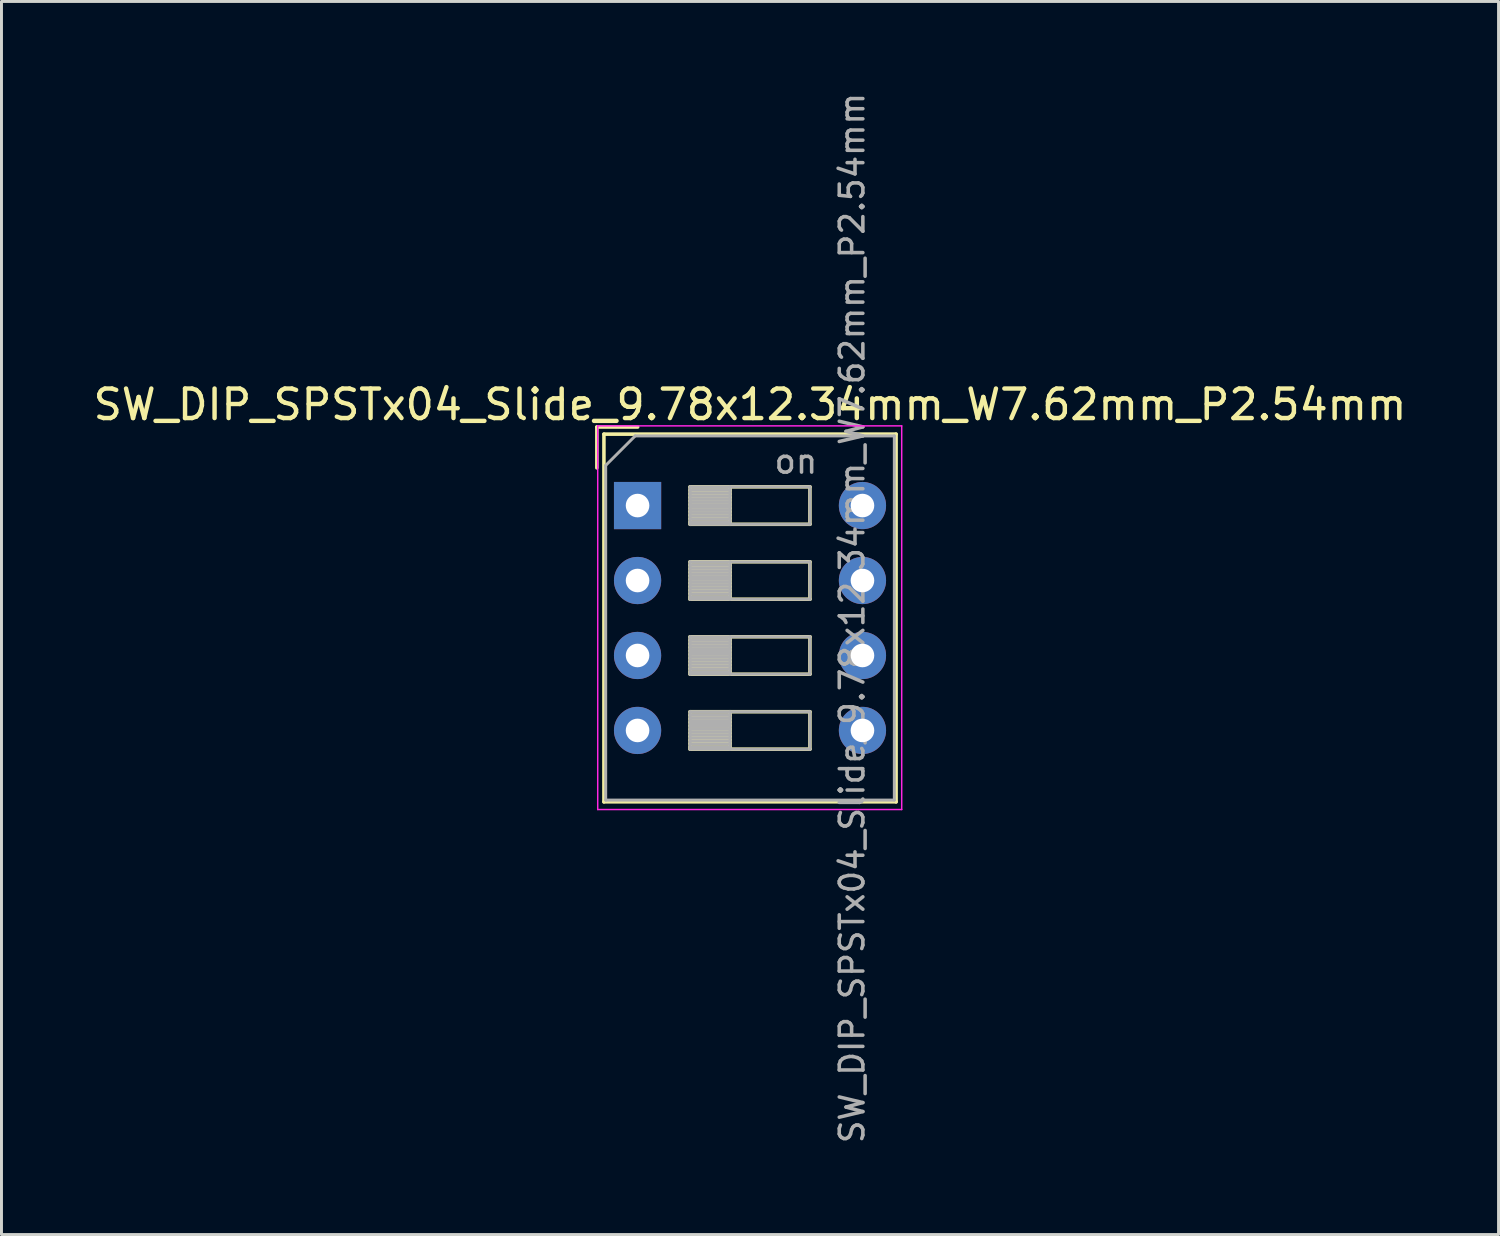
<source format=kicad_pcb>
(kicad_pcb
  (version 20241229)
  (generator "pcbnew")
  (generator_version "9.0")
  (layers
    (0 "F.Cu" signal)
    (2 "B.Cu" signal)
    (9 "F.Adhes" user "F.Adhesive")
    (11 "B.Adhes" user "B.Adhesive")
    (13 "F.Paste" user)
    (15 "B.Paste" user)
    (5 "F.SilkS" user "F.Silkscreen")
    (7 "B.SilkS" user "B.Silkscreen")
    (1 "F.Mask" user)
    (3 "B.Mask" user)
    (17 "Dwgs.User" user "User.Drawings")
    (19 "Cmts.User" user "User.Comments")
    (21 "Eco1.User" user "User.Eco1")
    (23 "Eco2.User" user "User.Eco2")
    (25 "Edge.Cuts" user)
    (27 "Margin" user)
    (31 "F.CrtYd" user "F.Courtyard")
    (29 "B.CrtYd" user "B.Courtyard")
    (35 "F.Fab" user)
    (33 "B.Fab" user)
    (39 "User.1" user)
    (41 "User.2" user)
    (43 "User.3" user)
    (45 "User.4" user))
  (footprint "SW_DIP_SPSTx04_Slide_9.78x12.34mm_W7.62mm_P2.54mm"
    (layer "F.Cu")
    (at 18.553 14.08)
    (property "Reference" "SW_DIP_SPSTx04_Slide_9.78x12.34mm_W7.62mm_P2.54mm" (at 3.81 -3.42 0) (layer "F.SilkS") (effects (font (size 1 1) (thickness 0.15))))
    (attr through_hole)
    (fp_line (start -1.38 -2.66) (end -1.38 -1.277) (stroke (width 0.12) (type solid)) (layer "F.SilkS"))
    (fp_line (start -1.38 -2.66) (end 0.004 -2.66) (stroke (width 0.12) (type solid)) (layer "F.SilkS"))
    (fp_line (start -1.14 -2.42) (end -1.14 10.04) (stroke (width 0.12) (type solid)) (layer "F.SilkS"))
    (fp_line (start -1.14 -2.42) (end 8.76 -2.42) (stroke (width 0.12) (type solid)) (layer "F.SilkS"))
    (fp_line (start -1.14 10.04) (end 8.76 10.04) (stroke (width 0.12) (type solid)) (layer "F.SilkS"))
    (fp_line (start 1.78 -0.635) (end 1.78 0.635) (stroke (width 0.12) (type solid)) (layer "F.SilkS"))
    (fp_line (start 1.78 -0.515) (end 3.133 -0.515) (stroke (width 0.12) (type solid)) (layer "F.SilkS"))
    (fp_line (start 1.78 -0.395) (end 3.133 -0.395) (stroke (width 0.12) (type solid)) (layer "F.SilkS"))
    (fp_line (start 1.78 -0.275) (end 3.133 -0.275) (stroke (width 0.12) (type solid)) (layer "F.SilkS"))
    (fp_line (start 1.78 -0.155) (end 3.133 -0.155) (stroke (width 0.12) (type solid)) (layer "F.SilkS"))
    (fp_line (start 1.78 -0.035) (end 3.133 -0.035) (stroke (width 0.12) (type solid)) (layer "F.SilkS"))
    (fp_line (start 1.78 0.085) (end 3.133 0.085) (stroke (width 0.12) (type solid)) (layer "F.SilkS"))
    (fp_line (start 1.78 0.205) (end 3.133 0.205) (stroke (width 0.12) (type solid)) (layer "F.SilkS"))
    (fp_line (start 1.78 0.325) (end 3.133 0.325) (stroke (width 0.12) (type solid)) (layer "F.SilkS"))
    (fp_line (start 1.78 0.445) (end 3.133 0.445) (stroke (width 0.12) (type solid)) (layer "F.SilkS"))
    (fp_line (start 1.78 0.565) (end 3.133 0.565) (stroke (width 0.12) (type solid)) (layer "F.SilkS"))
    (fp_line (start 1.78 0.635) (end 5.84 0.635) (stroke (width 0.12) (type solid)) (layer "F.SilkS"))
    (fp_line (start 1.78 1.905) (end 1.78 3.175) (stroke (width 0.12) (type solid)) (layer "F.SilkS"))
    (fp_line (start 1.78 2.025) (end 3.133 2.025) (stroke (width 0.12) (type solid)) (layer "F.SilkS"))
    (fp_line (start 1.78 2.145) (end 3.133 2.145) (stroke (width 0.12) (type solid)) (layer "F.SilkS"))
    (fp_line (start 1.78 2.265) (end 3.133 2.265) (stroke (width 0.12) (type solid)) (layer "F.SilkS"))
    (fp_line (start 1.78 2.385) (end 3.133 2.385) (stroke (width 0.12) (type solid)) (layer "F.SilkS"))
    (fp_line (start 1.78 2.505) (end 3.133 2.505) (stroke (width 0.12) (type solid)) (layer "F.SilkS"))
    (fp_line (start 1.78 2.625) (end 3.133 2.625) (stroke (width 0.12) (type solid)) (layer "F.SilkS"))
    (fp_line (start 1.78 2.745) (end 3.133 2.745) (stroke (width 0.12) (type solid)) (layer "F.SilkS"))
    (fp_line (start 1.78 2.865) (end 3.133 2.865) (stroke (width 0.12) (type solid)) (layer "F.SilkS"))
    (fp_line (start 1.78 2.985) (end 3.133 2.985) (stroke (width 0.12) (type solid)) (layer "F.SilkS"))
    (fp_line (start 1.78 3.105) (end 3.133 3.105) (stroke (width 0.12) (type solid)) (layer "F.SilkS"))
    (fp_line (start 1.78 3.175) (end 5.84 3.175) (stroke (width 0.12) (type solid)) (layer "F.SilkS"))
    (fp_line (start 1.78 4.445) (end 1.78 5.715) (stroke (width 0.12) (type solid)) (layer "F.SilkS"))
    (fp_line (start 1.78 4.565) (end 3.133 4.565) (stroke (width 0.12) (type solid)) (layer "F.SilkS"))
    (fp_line (start 1.78 4.685) (end 3.133 4.685) (stroke (width 0.12) (type solid)) (layer "F.SilkS"))
    (fp_line (start 1.78 4.805) (end 3.133 4.805) (stroke (width 0.12) (type solid)) (layer "F.SilkS"))
    (fp_line (start 1.78 4.925) (end 3.133 4.925) (stroke (width 0.12) (type solid)) (layer "F.SilkS"))
    (fp_line (start 1.78 5.045) (end 3.133 5.045) (stroke (width 0.12) (type solid)) (layer "F.SilkS"))
    (fp_line (start 1.78 5.165) (end 3.133 5.165) (stroke (width 0.12) (type solid)) (layer "F.SilkS"))
    (fp_line (start 1.78 5.285) (end 3.133 5.285) (stroke (width 0.12) (type solid)) (layer "F.SilkS"))
    (fp_line (start 1.78 5.405) (end 3.133 5.405) (stroke (width 0.12) (type solid)) (layer "F.SilkS"))
    (fp_line (start 1.78 5.525) (end 3.133 5.525) (stroke (width 0.12) (type solid)) (layer "F.SilkS"))
    (fp_line (start 1.78 5.645) (end 3.133 5.645) (stroke (width 0.12) (type solid)) (layer "F.SilkS"))
    (fp_line (start 1.78 5.715) (end 5.84 5.715) (stroke (width 0.12) (type solid)) (layer "F.SilkS"))
    (fp_line (start 1.78 6.985) (end 1.78 8.255) (stroke (width 0.12) (type solid)) (layer "F.SilkS"))
    (fp_line (start 1.78 7.105) (end 3.133 7.105) (stroke (width 0.12) (type solid)) (layer "F.SilkS"))
    (fp_line (start 1.78 7.225) (end 3.133 7.225) (stroke (width 0.12) (type solid)) (layer "F.SilkS"))
    (fp_line (start 1.78 7.345) (end 3.133 7.345) (stroke (width 0.12) (type solid)) (layer "F.SilkS"))
    (fp_line (start 1.78 7.465) (end 3.133 7.465) (stroke (width 0.12) (type solid)) (layer "F.SilkS"))
    (fp_line (start 1.78 7.585) (end 3.133 7.585) (stroke (width 0.12) (type solid)) (layer "F.SilkS"))
    (fp_line (start 1.78 7.705) (end 3.133 7.705) (stroke (width 0.12) (type solid)) (layer "F.SilkS"))
    (fp_line (start 1.78 7.825) (end 3.133 7.825) (stroke (width 0.12) (type solid)) (layer "F.SilkS"))
    (fp_line (start 1.78 7.945) (end 3.133 7.945) (stroke (width 0.12) (type solid)) (layer "F.SilkS"))
    (fp_line (start 1.78 8.065) (end 3.133 8.065) (stroke (width 0.12) (type solid)) (layer "F.SilkS"))
    (fp_line (start 1.78 8.185) (end 3.133 8.185) (stroke (width 0.12) (type solid)) (layer "F.SilkS"))
    (fp_line (start 1.78 8.255) (end 5.84 8.255) (stroke (width 0.12) (type solid)) (layer "F.SilkS"))
    (fp_line (start 3.133 -0.635) (end 3.133 0.635) (stroke (width 0.12) (type solid)) (layer "F.SilkS"))
    (fp_line (start 3.133 1.905) (end 3.133 3.175) (stroke (width 0.12) (type solid)) (layer "F.SilkS"))
    (fp_line (start 3.133 4.445) (end 3.133 5.715) (stroke (width 0.12) (type solid)) (layer "F.SilkS"))
    (fp_line (start 3.133 6.985) (end 3.133 8.255) (stroke (width 0.12) (type solid)) (layer "F.SilkS"))
    (fp_line (start 5.84 -0.635) (end 1.78 -0.635) (stroke (width 0.12) (type solid)) (layer "F.SilkS"))
    (fp_line (start 5.84 0.635) (end 5.84 -0.635) (stroke (width 0.12) (type solid)) (layer "F.SilkS"))
    (fp_line (start 5.84 1.905) (end 1.78 1.905) (stroke (width 0.12) (type solid)) (layer "F.SilkS"))
    (fp_line (start 5.84 3.175) (end 5.84 1.905) (stroke (width 0.12) (type solid)) (layer "F.SilkS"))
    (fp_line (start 5.84 4.445) (end 1.78 4.445) (stroke (width 0.12) (type solid)) (layer "F.SilkS"))
    (fp_line (start 5.84 5.715) (end 5.84 4.445) (stroke (width 0.12) (type solid)) (layer "F.SilkS"))
    (fp_line (start 5.84 6.985) (end 1.78 6.985) (stroke (width 0.12) (type solid)) (layer "F.SilkS"))
    (fp_line (start 5.84 8.255) (end 5.84 6.985) (stroke (width 0.12) (type solid)) (layer "F.SilkS"))
    (fp_line (start 8.76 -2.42) (end 8.76 10.04) (stroke (width 0.12) (type solid)) (layer "F.SilkS"))
    (fp_line (start -1.35 -2.7) (end -1.35 10.3) (stroke (width 0.05) (type solid)) (layer "F.CrtYd"))
    (fp_line (start -1.35 10.3) (end 8.95 10.3) (stroke (width 0.05) (type solid)) (layer "F.CrtYd"))
    (fp_line (start 8.95 -2.7) (end -1.35 -2.7) (stroke (width 0.05) (type solid)) (layer "F.CrtYd"))
    (fp_line (start 8.95 10.3) (end 8.95 -2.7) (stroke (width 0.05) (type solid)) (layer "F.CrtYd"))
    (fp_line (start -1.08 -1.36) (end -0.08 -2.36) (stroke (width 0.1) (type solid)) (layer "F.Fab"))
    (fp_line (start -1.08 9.98) (end -1.08 -1.36) (stroke (width 0.1) (type solid)) (layer "F.Fab"))
    (fp_line (start -0.08 -2.36) (end 8.7 -2.36) (stroke (width 0.1) (type solid)) (layer "F.Fab"))
    (fp_line (start 1.78 -0.635) (end 1.78 0.635) (stroke (width 0.1) (type solid)) (layer "F.Fab"))
    (fp_line (start 1.78 -0.535) (end 3.133 -0.535) (stroke (width 0.1) (type solid)) (layer "F.Fab"))
    (fp_line (start 1.78 -0.435) (end 3.133 -0.435) (stroke (width 0.1) (type solid)) (layer "F.Fab"))
    (fp_line (start 1.78 -0.335) (end 3.133 -0.335) (stroke (width 0.1) (type solid)) (layer "F.Fab"))
    (fp_line (start 1.78 -0.235) (end 3.133 -0.235) (stroke (width 0.1) (type solid)) (layer "F.Fab"))
    (fp_line (start 1.78 -0.135) (end 3.133 -0.135) (stroke (width 0.1) (type solid)) (layer "F.Fab"))
    (fp_line (start 1.78 -0.035) (end 3.133 -0.035) (stroke (width 0.1) (type solid)) (layer "F.Fab"))
    (fp_line (start 1.78 0.065) (end 3.133 0.065) (stroke (width 0.1) (type solid)) (layer "F.Fab"))
    (fp_line (start 1.78 0.165) (end 3.133 0.165) (stroke (width 0.1) (type solid)) (layer "F.Fab"))
    (fp_line (start 1.78 0.265) (end 3.133 0.265) (stroke (width 0.1) (type solid)) (layer "F.Fab"))
    (fp_line (start 1.78 0.365) (end 3.133 0.365) (stroke (width 0.1) (type solid)) (layer "F.Fab"))
    (fp_line (start 1.78 0.465) (end 3.133 0.465) (stroke (width 0.1) (type solid)) (layer "F.Fab"))
    (fp_line (start 1.78 0.565) (end 3.133 0.565) (stroke (width 0.1) (type solid)) (layer "F.Fab"))
    (fp_line (start 1.78 0.635) (end 5.84 0.635) (stroke (width 0.1) (type solid)) (layer "F.Fab"))
    (fp_line (start 1.78 1.905) (end 1.78 3.175) (stroke (width 0.1) (type solid)) (layer "F.Fab"))
    (fp_line (start 1.78 2.005) (end 3.133 2.005) (stroke (width 0.1) (type solid)) (layer "F.Fab"))
    (fp_line (start 1.78 2.105) (end 3.133 2.105) (stroke (width 0.1) (type solid)) (layer "F.Fab"))
    (fp_line (start 1.78 2.205) (end 3.133 2.205) (stroke (width 0.1) (type solid)) (layer "F.Fab"))
    (fp_line (start 1.78 2.305) (end 3.133 2.305) (stroke (width 0.1) (type solid)) (layer "F.Fab"))
    (fp_line (start 1.78 2.405) (end 3.133 2.405) (stroke (width 0.1) (type solid)) (layer "F.Fab"))
    (fp_line (start 1.78 2.505) (end 3.133 2.505) (stroke (width 0.1) (type solid)) (layer "F.Fab"))
    (fp_line (start 1.78 2.605) (end 3.133 2.605) (stroke (width 0.1) (type solid)) (layer "F.Fab"))
    (fp_line (start 1.78 2.705) (end 3.133 2.705) (stroke (width 0.1) (type solid)) (layer "F.Fab"))
    (fp_line (start 1.78 2.805) (end 3.133 2.805) (stroke (width 0.1) (type solid)) (layer "F.Fab"))
    (fp_line (start 1.78 2.905) (end 3.133 2.905) (stroke (width 0.1) (type solid)) (layer "F.Fab"))
    (fp_line (start 1.78 3.005) (end 3.133 3.005) (stroke (width 0.1) (type solid)) (layer "F.Fab"))
    (fp_line (start 1.78 3.105) (end 3.133 3.105) (stroke (width 0.1) (type solid)) (layer "F.Fab"))
    (fp_line (start 1.78 3.175) (end 5.84 3.175) (stroke (width 0.1) (type solid)) (layer "F.Fab"))
    (fp_line (start 1.78 4.445) (end 1.78 5.715) (stroke (width 0.1) (type solid)) (layer "F.Fab"))
    (fp_line (start 1.78 4.545) (end 3.133 4.545) (stroke (width 0.1) (type solid)) (layer "F.Fab"))
    (fp_line (start 1.78 4.645) (end 3.133 4.645) (stroke (width 0.1) (type solid)) (layer "F.Fab"))
    (fp_line (start 1.78 4.745) (end 3.133 4.745) (stroke (width 0.1) (type solid)) (layer "F.Fab"))
    (fp_line (start 1.78 4.845) (end 3.133 4.845) (stroke (width 0.1) (type solid)) (layer "F.Fab"))
    (fp_line (start 1.78 4.945) (end 3.133 4.945) (stroke (width 0.1) (type solid)) (layer "F.Fab"))
    (fp_line (start 1.78 5.045) (end 3.133 5.045) (stroke (width 0.1) (type solid)) (layer "F.Fab"))
    (fp_line (start 1.78 5.145) (end 3.133 5.145) (stroke (width 0.1) (type solid)) (layer "F.Fab"))
    (fp_line (start 1.78 5.245) (end 3.133 5.245) (stroke (width 0.1) (type solid)) (layer "F.Fab"))
    (fp_line (start 1.78 5.345) (end 3.133 5.345) (stroke (width 0.1) (type solid)) (layer "F.Fab"))
    (fp_line (start 1.78 5.445) (end 3.133 5.445) (stroke (width 0.1) (type solid)) (layer "F.Fab"))
    (fp_line (start 1.78 5.545) (end 3.133 5.545) (stroke (width 0.1) (type solid)) (layer "F.Fab"))
    (fp_line (start 1.78 5.645) (end 3.133 5.645) (stroke (width 0.1) (type solid)) (layer "F.Fab"))
    (fp_line (start 1.78 5.715) (end 5.84 5.715) (stroke (width 0.1) (type solid)) (layer "F.Fab"))
    (fp_line (start 1.78 6.985) (end 1.78 8.255) (stroke (width 0.1) (type solid)) (layer "F.Fab"))
    (fp_line (start 1.78 7.085) (end 3.133 7.085) (stroke (width 0.1) (type solid)) (layer "F.Fab"))
    (fp_line (start 1.78 7.185) (end 3.133 7.185) (stroke (width 0.1) (type solid)) (layer "F.Fab"))
    (fp_line (start 1.78 7.285) (end 3.133 7.285) (stroke (width 0.1) (type solid)) (layer "F.Fab"))
    (fp_line (start 1.78 7.385) (end 3.133 7.385) (stroke (width 0.1) (type solid)) (layer "F.Fab"))
    (fp_line (start 1.78 7.485) (end 3.133 7.485) (stroke (width 0.1) (type solid)) (layer "F.Fab"))
    (fp_line (start 1.78 7.585) (end 3.133 7.585) (stroke (width 0.1) (type solid)) (layer "F.Fab"))
    (fp_line (start 1.78 7.685) (end 3.133 7.685) (stroke (width 0.1) (type solid)) (layer "F.Fab"))
    (fp_line (start 1.78 7.785) (end 3.133 7.785) (stroke (width 0.1) (type solid)) (layer "F.Fab"))
    (fp_line (start 1.78 7.885) (end 3.133 7.885) (stroke (width 0.1) (type solid)) (layer "F.Fab"))
    (fp_line (start 1.78 7.985) (end 3.133 7.985) (stroke (width 0.1) (type solid)) (layer "F.Fab"))
    (fp_line (start 1.78 8.085) (end 3.133 8.085) (stroke (width 0.1) (type solid)) (layer "F.Fab"))
    (fp_line (start 1.78 8.185) (end 3.133 8.185) (stroke (width 0.1) (type solid)) (layer "F.Fab"))
    (fp_line (start 1.78 8.255) (end 5.84 8.255) (stroke (width 0.1) (type solid)) (layer "F.Fab"))
    (fp_line (start 3.133 -0.635) (end 3.133 0.635) (stroke (width 0.1) (type solid)) (layer "F.Fab"))
    (fp_line (start 3.133 1.905) (end 3.133 3.175) (stroke (width 0.1) (type solid)) (layer "F.Fab"))
    (fp_line (start 3.133 4.445) (end 3.133 5.715) (stroke (width 0.1) (type solid)) (layer "F.Fab"))
    (fp_line (start 3.133 6.985) (end 3.133 8.255) (stroke (width 0.1) (type solid)) (layer "F.Fab"))
    (fp_line (start 5.84 -0.635) (end 1.78 -0.635) (stroke (width 0.1) (type solid)) (layer "F.Fab"))
    (fp_line (start 5.84 0.635) (end 5.84 -0.635) (stroke (width 0.1) (type solid)) (layer "F.Fab"))
    (fp_line (start 5.84 1.905) (end 1.78 1.905) (stroke (width 0.1) (type solid)) (layer "F.Fab"))
    (fp_line (start 5.84 3.175) (end 5.84 1.905) (stroke (width 0.1) (type solid)) (layer "F.Fab"))
    (fp_line (start 5.84 4.445) (end 1.78 4.445) (stroke (width 0.1) (type solid)) (layer "F.Fab"))
    (fp_line (start 5.84 5.715) (end 5.84 4.445) (stroke (width 0.1) (type solid)) (layer "F.Fab"))
    (fp_line (start 5.84 6.985) (end 1.78 6.985) (stroke (width 0.1) (type solid)) (layer "F.Fab"))
    (fp_line (start 5.84 8.255) (end 5.84 6.985) (stroke (width 0.1) (type solid)) (layer "F.Fab"))
    (fp_line (start 8.7 -2.36) (end 8.7 9.98) (stroke (width 0.1) (type solid)) (layer "F.Fab"))
    (fp_line (start 8.7 9.98) (end -1.08 9.98) (stroke (width 0.1) (type solid)) (layer "F.Fab"))
    (fp_text user "${REFERENCE}" (at 7.27 3.81 90) (layer "F.Fab") (effects (font (size 0.8 0.8) (thickness 0.12))))
    (fp_text user "on" (at 5.365 -1.498 0) (layer "F.Fab") (effects (font (size 0.8 0.8) (thickness 0.12))))
    (pad "1" thru_hole rect (at 0 0) (size 1.6 1.6) (drill 0.8) (layers "*.Cu" "*.Mask"))
    (pad "2" thru_hole oval (at 0 2.54) (size 1.6 1.6) (drill 0.8) (layers "*.Cu" "*.Mask"))
    (pad "3" thru_hole oval (at 0 5.08) (size 1.6 1.6) (drill 0.8) (layers "*.Cu" "*.Mask"))
    (pad "4" thru_hole oval (at 0 7.62) (size 1.6 1.6) (drill 0.8) (layers "*.Cu" "*.Mask"))
    (pad "5" thru_hole oval (at 7.62 7.62) (size 1.6 1.6) (drill 0.8) (layers "*.Cu" "*.Mask"))
    (pad "6" thru_hole oval (at 7.62 5.08) (size 1.6 1.6) (drill 0.8) (layers "*.Cu" "*.Mask"))
    (pad "7" thru_hole oval (at 7.62 2.54) (size 1.6 1.6) (drill 0.8) (layers "*.Cu" "*.Mask"))
    (pad "8" thru_hole oval (at 7.62 0) (size 1.6 1.6) (drill 0.8) (layers "*.Cu" "*.Mask")))
  (gr_rect
    (start -3 -3)
    (end 47.726 38.781)
    (stroke (width 0.1) (type default))
    (fill no)
    (layer "Edge.Cuts")))
</source>
